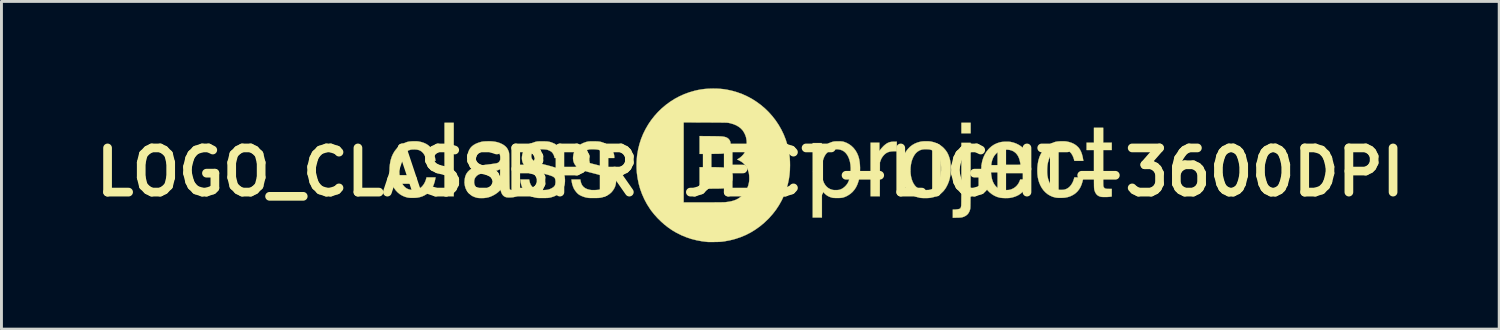
<source format=kicad_pcb>
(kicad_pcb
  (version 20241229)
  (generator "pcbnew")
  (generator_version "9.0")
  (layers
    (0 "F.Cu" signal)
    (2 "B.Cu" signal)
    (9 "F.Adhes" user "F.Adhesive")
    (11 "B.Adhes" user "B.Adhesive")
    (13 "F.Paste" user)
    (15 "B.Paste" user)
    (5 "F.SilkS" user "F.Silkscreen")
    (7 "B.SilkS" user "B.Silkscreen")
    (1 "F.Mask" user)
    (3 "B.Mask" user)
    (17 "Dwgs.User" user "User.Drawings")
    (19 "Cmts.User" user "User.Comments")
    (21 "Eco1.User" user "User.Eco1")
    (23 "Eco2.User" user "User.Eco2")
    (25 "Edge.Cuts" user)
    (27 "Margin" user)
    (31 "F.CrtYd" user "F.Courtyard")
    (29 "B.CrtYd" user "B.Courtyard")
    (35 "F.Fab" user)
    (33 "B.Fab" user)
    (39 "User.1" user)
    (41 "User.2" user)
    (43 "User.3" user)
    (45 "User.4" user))
  (footprint "LOGO_CLASSBPROJECT-LIGHT-3600DPI"
    (layer "F.Cu")
    (at 22.831 2.887)
    (property "Reference" "LOGO_CLASSBPROJECT-LIGHT-3600DPI" (at 0 0 0) (layer "F.SilkS") (effects (font (size 1.524 1.524) (thickness 0.3))))
    (attr through_hole)
    (fp_poly (pts (xy -10.231 0.833) (xy -10.548 0.833) (xy -10.548 -1.7) (xy -10.231 -1.7) (xy -10.231 0.833)) (stroke (width 0.01) (type solid)) (fill yes) (layer "F.SilkS"))
    (fp_poly (pts (xy 7.599 -1.341) (xy 7.281 -1.341) (xy 7.281 -1.7) (xy 7.599 -1.7) (xy 7.599 -1.341)) (stroke (width 0.01) (type solid)) (fill yes) (layer "F.SilkS"))
    (fp_poly (pts (xy 5.052 -0.72) (xy 4.958 -0.72) (xy 4.876 -0.716) (xy 4.805 -0.705) (xy 4.743 -0.685) (xy 4.687 -0.656) (xy 4.637 -0.617) (xy 4.609 -0.59) (xy 4.568 -0.541) (xy 4.535 -0.493) (xy 4.508 -0.439) (xy 4.492 -0.397) (xy 4.47 -0.335) (xy 4.468 0.249) (xy 4.466 0.833) (xy 4.149 0.833) (xy 4.149 -1.016) (xy 4.452 -1.016) (xy 4.452 -0.724) (xy 4.473 -0.756) (xy 4.497 -0.79) (xy 4.529 -0.829) (xy 4.566 -0.869) (xy 4.604 -0.908) (xy 4.641 -0.94) (xy 4.646 -0.944) (xy 4.701 -0.985) (xy 4.755 -1.014) (xy 4.812 -1.035) (xy 4.874 -1.046) (xy 4.944 -1.051) (xy 4.963 -1.051) (xy 5.052 -1.051) (xy 5.052 -0.72)) (stroke (width 0.01) (type solid)) (fill yes) (layer "F.SilkS"))
    (fp_poly (pts (xy -1.392 -0.169) (xy -1.294 -0.169) (xy -1.209 -0.169) (xy -1.136 -0.168) (xy -1.073 -0.166) (xy -1.02 -0.164) (xy -0.974 -0.162) (xy -0.936 -0.158) (xy -0.903 -0.153) (xy -0.874 -0.148) (xy -0.848 -0.141) (xy -0.825 -0.132) (xy -0.802 -0.123) (xy -0.785 -0.115) (xy -0.731 -0.081) (xy -0.686 -0.038) (xy -0.653 0.015) (xy -0.63 0.074) (xy -0.625 0.104) (xy -0.622 0.143) (xy -0.621 0.187) (xy -0.623 0.231) (xy -0.626 0.271) (xy -0.628 0.286) (xy -0.647 0.349) (xy -0.676 0.406) (xy -0.716 0.457) (xy -0.764 0.498) (xy -0.807 0.523) (xy -0.826 0.531) (xy -0.844 0.539) (xy -0.862 0.545) (xy -0.88 0.551) (xy -0.902 0.555) (xy -0.926 0.559) (xy -0.956 0.562) (xy -0.992 0.564) (xy -1.035 0.566) (xy -1.087 0.567) (xy -1.148 0.568) (xy -1.22 0.569) (xy -1.305 0.569) (xy -1.349 0.57) (xy -1.75 0.573) (xy -1.75 -0.169) (xy -1.392 -0.169)) (stroke (width 0.01) (type solid)) (fill yes) (layer "F.SilkS"))
    (fp_poly (pts (xy -1.371 -1.24) (xy -1.283 -1.239) (xy -1.208 -1.238) (xy -1.144 -1.237) (xy -1.09 -1.236) (xy -1.045 -1.234) (xy -1.007 -1.232) (xy -0.975 -1.23) (xy -0.948 -1.227) (xy -0.923 -1.223) (xy -0.901 -1.219) (xy -0.878 -1.213) (xy -0.855 -1.207) (xy -0.844 -1.204) (xy -0.796 -1.182) (xy -0.752 -1.149) (xy -0.722 -1.112) (xy -0.705 -1.085) (xy -0.694 -1.058) (xy -0.686 -1.028) (xy -0.682 -0.992) (xy -0.681 -0.946) (xy -0.681 -0.935) (xy -0.682 -0.895) (xy -0.684 -0.866) (xy -0.687 -0.843) (xy -0.693 -0.823) (xy -0.697 -0.81) (xy -0.724 -0.761) (xy -0.761 -0.72) (xy -0.809 -0.687) (xy -0.822 -0.681) (xy -0.843 -0.671) (xy -0.861 -0.663) (xy -0.88 -0.656) (xy -0.899 -0.65) (xy -0.92 -0.645) (xy -0.945 -0.641) (xy -0.974 -0.638) (xy -1.009 -0.636) (xy -1.051 -0.634) (xy -1.102 -0.633) (xy -1.163 -0.632) (xy -1.234 -0.631) (xy -1.318 -0.63) (xy -1.36 -0.63) (xy -1.75 -0.627) (xy -1.75 -1.243) (xy -1.371 -1.24)) (stroke (width 0.01) (type solid)) (fill yes) (layer "F.SilkS"))
    (fp_poly (pts (xy 7.597 0.111) (xy 7.597 0.259) (xy 7.596 0.394) (xy 7.596 0.515) (xy 7.596 0.625) (xy 7.595 0.723) (xy 7.595 0.811) (xy 7.594 0.888) (xy 7.594 0.956) (xy 7.593 1.015) (xy 7.593 1.066) (xy 7.592 1.11) (xy 7.592 1.147) (xy 7.591 1.178) (xy 7.59 1.203) (xy 7.589 1.224) (xy 7.588 1.241) (xy 7.587 1.254) (xy 7.585 1.265) (xy 7.584 1.274) (xy 7.582 1.281) (xy 7.559 1.352) (xy 7.527 1.412) (xy 7.485 1.463) (xy 7.433 1.504) (xy 7.37 1.537) (xy 7.313 1.556) (xy 7.291 1.561) (xy 7.263 1.565) (xy 7.227 1.568) (xy 7.18 1.57) (xy 7.128 1.571) (xy 6.985 1.575) (xy 6.985 1.291) (xy 7.029 1.291) (xy 7.069 1.29) (xy 7.111 1.286) (xy 7.152 1.281) (xy 7.188 1.274) (xy 7.215 1.267) (xy 7.218 1.266) (xy 7.238 1.254) (xy 7.253 1.236) (xy 7.264 1.209) (xy 7.272 1.171) (xy 7.274 1.16) (xy 7.275 1.146) (xy 7.276 1.118) (xy 7.277 1.077) (xy 7.278 1.022) (xy 7.278 0.956) (xy 7.279 0.877) (xy 7.28 0.786) (xy 7.28 0.683) (xy 7.28 0.57) (xy 7.281 0.446) (xy 7.281 0.312) (xy 7.281 0.168) (xy 7.281 0.051) (xy 7.281 -1.009) (xy 7.599 -1.009) (xy 7.597 0.111)) (stroke (width 0.01) (type solid)) (fill yes) (layer "F.SilkS"))
    (fp_poly (pts (xy 12.171 -1.016) (xy 12.467 -1.016) (xy 12.467 -0.762) (xy 12.171 -0.762) (xy 12.171 -0.143) (xy 12.171 -0.035) (xy 12.171 0.06) (xy 12.171 0.142) (xy 12.171 0.213) (xy 12.172 0.274) (xy 12.172 0.325) (xy 12.173 0.367) (xy 12.173 0.402) (xy 12.174 0.429) (xy 12.175 0.451) (xy 12.176 0.468) (xy 12.178 0.481) (xy 12.179 0.49) (xy 12.181 0.497) (xy 12.183 0.503) (xy 12.184 0.504) (xy 12.198 0.53) (xy 12.215 0.549) (xy 12.237 0.563) (xy 12.266 0.572) (xy 12.304 0.577) (xy 12.354 0.578) (xy 12.372 0.579) (xy 12.467 0.579) (xy 12.467 0.838) (xy 12.427 0.847) (xy 12.399 0.851) (xy 12.362 0.854) (xy 12.318 0.857) (xy 12.27 0.858) (xy 12.221 0.858) (xy 12.175 0.858) (xy 12.134 0.856) (xy 12.102 0.853) (xy 12.085 0.85) (xy 12.025 0.829) (xy 11.975 0.799) (xy 11.934 0.758) (xy 11.901 0.707) (xy 11.876 0.644) (xy 11.865 0.602) (xy 11.863 0.592) (xy 11.861 0.58) (xy 11.86 0.565) (xy 11.858 0.547) (xy 11.857 0.524) (xy 11.856 0.495) (xy 11.855 0.46) (xy 11.855 0.417) (xy 11.854 0.366) (xy 11.854 0.306) (xy 11.854 0.236) (xy 11.853 0.155) (xy 11.853 0.063) (xy 11.853 -0.043) (xy 11.853 -0.105) (xy 11.853 -0.762) (xy 11.599 -0.762) (xy 11.599 -1.016) (xy 11.853 -1.016) (xy 11.853 -1.531) (xy 12.171 -1.531) (xy 12.171 -1.016)) (stroke (width 0.01) (type solid)) (fill yes) (layer "F.SilkS"))
    (fp_poly (pts (xy -11.519 -1.064) (xy -11.473 -1.061) (xy -11.451 -1.059) (xy -11.35 -1.038) (xy -11.258 -1.008) (xy -11.175 -0.969) (xy -11.102 -0.92) (xy -11.039 -0.862) (xy -11.015 -0.835) (xy -10.972 -0.773) (xy -10.936 -0.7) (xy -10.906 -0.617) (xy -10.881 -0.522) (xy -10.863 -0.418) (xy -10.858 -0.388) (xy -11.167 -0.388) (xy -11.183 -0.449) (xy -11.206 -0.518) (xy -11.236 -0.583) (xy -11.271 -0.64) (xy -11.306 -0.68) (xy -11.349 -0.718) (xy -11.396 -0.746) (xy -11.449 -0.766) (xy -11.511 -0.778) (xy -11.583 -0.783) (xy -11.6 -0.783) (xy -11.647 -0.782) (xy -11.689 -0.778) (xy -11.721 -0.773) (xy -11.723 -0.772) (xy -11.796 -0.747) (xy -11.861 -0.71) (xy -11.919 -0.66) (xy -11.969 -0.599) (xy -12.012 -0.525) (xy -12.048 -0.439) (xy -12.076 -0.342) (xy -12.09 -0.277) (xy -12.097 -0.227) (xy -12.102 -0.167) (xy -12.105 -0.102) (xy -12.106 -0.035) (xy -12.105 0.029) (xy -12.101 0.087) (xy -12.097 0.12) (xy -12.079 0.213) (xy -12.052 0.3) (xy -12.018 0.377) (xy -11.978 0.445) (xy -11.931 0.501) (xy -11.887 0.54) (xy -11.842 0.569) (xy -11.792 0.59) (xy -11.757 0.6) (xy -11.71 0.609) (xy -11.655 0.613) (xy -11.597 0.613) (xy -11.544 0.609) (xy -11.508 0.603) (xy -11.442 0.58) (xy -11.381 0.545) (xy -11.326 0.498) (xy -11.277 0.439) (xy -11.235 0.37) (xy -11.2 0.292) (xy -11.176 0.213) (xy -11.168 0.183) (xy -10.858 0.183) (xy -10.862 0.21) (xy -10.886 0.324) (xy -10.919 0.427) (xy -10.959 0.519) (xy -11.008 0.6) (xy -11.066 0.671) (xy -11.132 0.732) (xy -11.18 0.766) (xy -11.247 0.805) (xy -11.315 0.836) (xy -11.39 0.86) (xy -11.473 0.878) (xy -11.475 0.878) (xy -11.513 0.883) (xy -11.561 0.886) (xy -11.614 0.888) (xy -11.668 0.888) (xy -11.721 0.887) (xy -11.768 0.884) (xy -11.806 0.879) (xy -11.814 0.878) (xy -11.911 0.852) (xy -12.002 0.813) (xy -12.086 0.763) (xy -12.162 0.701) (xy -12.231 0.629) (xy -12.291 0.546) (xy -12.342 0.454) (xy -12.384 0.352) (xy -12.41 0.265) (xy -12.43 0.17) (xy -12.442 0.065) (xy -12.446 -0.045) (xy -12.443 -0.156) (xy -12.432 -0.267) (xy -12.414 -0.374) (xy -12.403 -0.42) (xy -12.369 -0.529) (xy -12.324 -0.629) (xy -12.269 -0.722) (xy -12.205 -0.804) (xy -12.131 -0.877) (xy -12.049 -0.94) (xy -11.96 -0.991) (xy -11.863 -1.031) (xy -11.815 -1.045) (xy -11.78 -1.052) (xy -11.735 -1.058) (xy -11.683 -1.062) (xy -11.627 -1.064) (xy -11.572 -1.065) (xy -11.519 -1.064)) (stroke (width 0.01) (type solid)) (fill yes) (layer "F.SilkS"))
    (fp_poly (pts (xy 10.826 -1.064) (xy 10.872 -1.061) (xy 10.894 -1.059) (xy 10.995 -1.038) (xy 11.087 -1.008) (xy 11.17 -0.969) (xy 11.243 -0.92) (xy 11.306 -0.862) (xy 11.33 -0.835) (xy 11.373 -0.773) (xy 11.409 -0.7) (xy 11.439 -0.617) (xy 11.464 -0.522) (xy 11.482 -0.418) (xy 11.487 -0.388) (xy 11.178 -0.388) (xy 11.162 -0.449) (xy 11.139 -0.518) (xy 11.109 -0.583) (xy 11.074 -0.64) (xy 11.039 -0.68) (xy 10.996 -0.718) (xy 10.949 -0.746) (xy 10.895 -0.766) (xy 10.834 -0.778) (xy 10.762 -0.783) (xy 10.745 -0.783) (xy 10.698 -0.782) (xy 10.656 -0.778) (xy 10.624 -0.773) (xy 10.622 -0.772) (xy 10.549 -0.747) (xy 10.484 -0.71) (xy 10.426 -0.66) (xy 10.376 -0.599) (xy 10.333 -0.525) (xy 10.297 -0.439) (xy 10.269 -0.342) (xy 10.255 -0.277) (xy 10.248 -0.227) (xy 10.243 -0.167) (xy 10.24 -0.102) (xy 10.239 -0.035) (xy 10.24 0.029) (xy 10.244 0.087) (xy 10.248 0.12) (xy 10.266 0.213) (xy 10.293 0.3) (xy 10.327 0.377) (xy 10.367 0.445) (xy 10.414 0.501) (xy 10.458 0.54) (xy 10.503 0.569) (xy 10.553 0.59) (xy 10.587 0.6) (xy 10.635 0.609) (xy 10.69 0.613) (xy 10.747 0.613) (xy 10.801 0.609) (xy 10.837 0.603) (xy 10.903 0.58) (xy 10.964 0.545) (xy 11.019 0.498) (xy 11.068 0.439) (xy 11.11 0.37) (xy 11.145 0.292) (xy 11.169 0.213) (xy 11.177 0.183) (xy 11.487 0.183) (xy 11.483 0.21) (xy 11.458 0.324) (xy 11.426 0.427) (xy 11.386 0.519) (xy 11.337 0.6) (xy 11.279 0.671) (xy 11.213 0.732) (xy 11.165 0.766) (xy 11.098 0.805) (xy 11.03 0.836) (xy 10.955 0.86) (xy 10.872 0.878) (xy 10.87 0.878) (xy 10.832 0.883) (xy 10.784 0.886) (xy 10.731 0.888) (xy 10.677 0.888) (xy 10.624 0.887) (xy 10.577 0.884) (xy 10.539 0.879) (xy 10.531 0.878) (xy 10.434 0.852) (xy 10.343 0.813) (xy 10.259 0.763) (xy 10.183 0.701) (xy 10.114 0.629) (xy 10.054 0.546) (xy 10.003 0.454) (xy 9.961 0.352) (xy 9.935 0.265) (xy 9.915 0.17) (xy 9.903 0.065) (xy 9.899 -0.045) (xy 9.902 -0.156) (xy 9.913 -0.267) (xy 9.931 -0.374) (xy 9.942 -0.42) (xy 9.976 -0.529) (xy 10.021 -0.629) (xy 10.076 -0.722) (xy 10.14 -0.804) (xy 10.214 -0.877) (xy 10.296 -0.94) (xy 10.385 -0.991) (xy 10.482 -1.031) (xy 10.53 -1.045) (xy 10.565 -1.052) (xy 10.61 -1.058) (xy 10.662 -1.062) (xy 10.717 -1.064) (xy 10.773 -1.065) (xy 10.826 -1.064)) (stroke (width 0.01) (type solid)) (fill yes) (layer "F.SilkS"))
    (fp_poly (pts (xy 3.082 -1.061) (xy 3.119 -1.061) (xy 3.148 -1.059) (xy 3.171 -1.057) (xy 3.19 -1.054) (xy 3.21 -1.049) (xy 3.233 -1.042) (xy 3.235 -1.042) (xy 3.328 -1.006) (xy 3.414 -0.958) (xy 3.493 -0.899) (xy 3.564 -0.829) (xy 3.626 -0.75) (xy 3.678 -0.661) (xy 3.72 -0.565) (xy 3.728 -0.542) (xy 3.752 -0.457) (xy 3.769 -0.361) (xy 3.78 -0.259) (xy 3.785 -0.152) (xy 3.783 -0.042) (xy 3.776 0.067) (xy 3.762 0.172) (xy 3.742 0.272) (xy 3.729 0.321) (xy 3.692 0.427) (xy 3.645 0.524) (xy 3.588 0.61) (xy 3.522 0.686) (xy 3.447 0.752) (xy 3.362 0.807) (xy 3.327 0.826) (xy 3.281 0.847) (xy 3.24 0.863) (xy 3.201 0.876) (xy 3.161 0.884) (xy 3.117 0.889) (xy 3.065 0.892) (xy 3.002 0.892) (xy 2.995 0.892) (xy 2.946 0.892) (xy 2.909 0.891) (xy 2.88 0.89) (xy 2.857 0.888) (xy 2.837 0.885) (xy 2.818 0.88) (xy 2.796 0.874) (xy 2.79 0.872) (xy 2.739 0.855) (xy 2.694 0.835) (xy 2.654 0.812) (xy 2.614 0.783) (xy 2.572 0.745) (xy 2.549 0.723) (xy 2.469 0.646) (xy 2.469 1.566) (xy 2.152 1.566) (xy 2.152 -0.016) (xy 2.46 -0.016) (xy 2.467 0.094) (xy 2.482 0.195) (xy 2.506 0.286) (xy 2.538 0.367) (xy 2.578 0.437) (xy 2.627 0.496) (xy 2.683 0.545) (xy 2.748 0.582) (xy 2.82 0.608) (xy 2.847 0.614) (xy 2.879 0.618) (xy 2.919 0.62) (xy 2.963 0.62) (xy 3.007 0.618) (xy 3.046 0.614) (xy 3.072 0.61) (xy 3.135 0.587) (xy 3.197 0.552) (xy 3.254 0.507) (xy 3.306 0.454) (xy 3.349 0.396) (xy 3.365 0.368) (xy 3.397 0.298) (xy 3.422 0.224) (xy 3.441 0.144) (xy 3.454 0.055) (xy 3.461 -0.039) (xy 3.462 -0.149) (xy 3.454 -0.254) (xy 3.438 -0.352) (xy 3.413 -0.443) (xy 3.38 -0.525) (xy 3.339 -0.598) (xy 3.291 -0.659) (xy 3.281 -0.67) (xy 3.228 -0.716) (xy 3.169 -0.75) (xy 3.104 -0.773) (xy 3.031 -0.787) (xy 2.96 -0.79) (xy 2.916 -0.789) (xy 2.875 -0.786) (xy 2.844 -0.78) (xy 2.84 -0.78) (xy 2.767 -0.754) (xy 2.701 -0.717) (xy 2.644 -0.668) (xy 2.594 -0.607) (xy 2.552 -0.535) (xy 2.518 -0.451) (xy 2.492 -0.356) (xy 2.473 -0.249) (xy 2.463 -0.137) (xy 2.46 -0.016) (xy 2.152 -0.016) (xy 2.152 -1.002) (xy 2.462 -1.002) (xy 2.462 -0.792) (xy 2.538 -0.867) (xy 2.6 -0.923) (xy 2.66 -0.967) (xy 2.722 -1.003) (xy 2.791 -1.031) (xy 2.85 -1.049) (xy 2.87 -1.054) (xy 2.893 -1.057) (xy 2.92 -1.06) (xy 2.955 -1.061) (xy 3.001 -1.062) (xy 3.034 -1.062) (xy 3.082 -1.061)) (stroke (width 0.01) (type solid)) (fill yes) (layer "F.SilkS"))
    (fp_poly (pts (xy 6.112 -1.065) (xy 6.168 -1.062) (xy 6.217 -1.057) (xy 6.234 -1.054) (xy 6.339 -1.029) (xy 6.439 -0.991) (xy 6.532 -0.941) (xy 6.618 -0.878) (xy 6.671 -0.829) (xy 6.735 -0.757) (xy 6.789 -0.679) (xy 6.832 -0.592) (xy 6.863 -0.508) (xy 6.88 -0.45) (xy 6.893 -0.392) (xy 6.902 -0.331) (xy 6.908 -0.264) (xy 6.912 -0.187) (xy 6.913 -0.175) (xy 6.912 -0.039) (xy 6.901 0.087) (xy 6.881 0.206) (xy 6.85 0.317) (xy 6.808 0.422) (xy 6.756 0.522) (xy 6.725 0.572) (xy 6.666 0.65) (xy 6.598 0.717) (xy 6.522 0.774) (xy 6.436 0.82) (xy 6.342 0.856) (xy 6.238 0.881) (xy 6.212 0.886) (xy 6.176 0.89) (xy 6.13 0.893) (xy 6.078 0.895) (xy 6.023 0.895) (xy 5.969 0.895) (xy 5.919 0.892) (xy 5.878 0.889) (xy 5.853 0.886) (xy 5.75 0.86) (xy 5.655 0.823) (xy 5.568 0.774) (xy 5.489 0.713) (xy 5.418 0.641) (xy 5.356 0.558) (xy 5.308 0.476) (xy 5.264 0.376) (xy 5.231 0.267) (xy 5.208 0.151) (xy 5.197 0.028) (xy 5.196 -0.058) (xy 5.524 -0.058) (xy 5.529 0.047) (xy 5.542 0.145) (xy 5.564 0.237) (xy 5.593 0.32) (xy 5.63 0.395) (xy 5.673 0.459) (xy 5.724 0.513) (xy 5.781 0.556) (xy 5.808 0.571) (xy 5.851 0.59) (xy 5.892 0.604) (xy 5.935 0.613) (xy 5.982 0.618) (xy 6.038 0.619) (xy 6.068 0.619) (xy 6.112 0.617) (xy 6.146 0.616) (xy 6.173 0.613) (xy 6.196 0.609) (xy 6.218 0.602) (xy 6.234 0.597) (xy 6.296 0.572) (xy 6.35 0.538) (xy 6.397 0.494) (xy 6.439 0.44) (xy 6.476 0.375) (xy 6.509 0.297) (xy 6.523 0.259) (xy 6.552 0.155) (xy 6.571 0.051) (xy 6.581 -0.057) (xy 6.581 -0.172) (xy 6.581 -0.173) (xy 6.575 -0.262) (xy 6.565 -0.341) (xy 6.549 -0.413) (xy 6.527 -0.479) (xy 6.498 -0.543) (xy 6.496 -0.546) (xy 6.453 -0.614) (xy 6.401 -0.672) (xy 6.339 -0.719) (xy 6.269 -0.755) (xy 6.244 -0.765) (xy 6.218 -0.773) (xy 6.194 -0.779) (xy 6.169 -0.784) (xy 6.14 -0.786) (xy 6.102 -0.788) (xy 6.084 -0.789) (xy 6.021 -0.789) (xy 5.967 -0.786) (xy 5.92 -0.778) (xy 5.875 -0.764) (xy 5.83 -0.745) (xy 5.77 -0.708) (xy 5.715 -0.66) (xy 5.667 -0.6) (xy 5.625 -0.529) (xy 5.589 -0.449) (xy 5.561 -0.361) (xy 5.541 -0.265) (xy 5.528 -0.162) (xy 5.524 -0.058) (xy 5.196 -0.058) (xy 5.196 -0.1) (xy 5.199 -0.161) (xy 5.21 -0.269) (xy 5.227 -0.366) (xy 5.249 -0.455) (xy 5.279 -0.538) (xy 5.313 -0.614) (xy 5.369 -0.711) (xy 5.433 -0.796) (xy 5.505 -0.87) (xy 5.586 -0.933) (xy 5.674 -0.984) (xy 5.77 -1.023) (xy 5.874 -1.051) (xy 5.896 -1.055) (xy 5.94 -1.06) (xy 5.994 -1.064) (xy 6.052 -1.065) (xy 6.112 -1.065)) (stroke (width 0.01) (type solid)) (fill yes) (layer "F.SilkS"))
    (fp_poly (pts (xy 8.902 -1.05) (xy 8.957 -1.045) (xy 8.983 -1.041) (xy 9.079 -1.018) (xy 9.172 -0.984) (xy 9.258 -0.941) (xy 9.337 -0.89) (xy 9.407 -0.832) (xy 9.466 -0.769) (xy 9.488 -0.739) (xy 9.524 -0.683) (xy 9.554 -0.626) (xy 9.579 -0.565) (xy 9.6 -0.5) (xy 9.616 -0.428) (xy 9.629 -0.348) (xy 9.639 -0.258) (xy 9.646 -0.157) (xy 9.648 -0.101) (xy 9.652 0.007) (xy 8.304 0.007) (xy 8.304 0.037) (xy 8.306 0.067) (xy 8.311 0.106) (xy 8.318 0.15) (xy 8.326 0.195) (xy 8.335 0.235) (xy 8.34 0.253) (xy 8.368 0.334) (xy 8.405 0.406) (xy 8.449 0.469) (xy 8.5 0.522) (xy 8.557 0.563) (xy 8.581 0.575) (xy 8.627 0.595) (xy 8.672 0.608) (xy 8.72 0.616) (xy 8.775 0.62) (xy 8.837 0.619) (xy 8.88 0.617) (xy 8.913 0.615) (xy 8.94 0.611) (xy 8.964 0.606) (xy 8.99 0.598) (xy 8.992 0.597) (xy 9.068 0.564) (xy 9.136 0.519) (xy 9.195 0.464) (xy 9.244 0.4) (xy 9.282 0.327) (xy 9.29 0.307) (xy 9.31 0.254) (xy 9.467 0.254) (xy 9.624 0.254) (xy 9.62 0.28) (xy 9.604 0.342) (xy 9.578 0.409) (xy 9.544 0.478) (xy 9.504 0.546) (xy 9.458 0.609) (xy 9.409 0.666) (xy 9.398 0.678) (xy 9.322 0.743) (xy 9.239 0.797) (xy 9.147 0.839) (xy 9.046 0.871) (xy 8.956 0.889) (xy 8.912 0.893) (xy 8.86 0.895) (xy 8.802 0.896) (xy 8.744 0.894) (xy 8.688 0.891) (xy 8.639 0.886) (xy 8.608 0.881) (xy 8.51 0.854) (xy 8.418 0.813) (xy 8.33 0.759) (xy 8.247 0.692) (xy 8.24 0.686) (xy 8.174 0.616) (xy 8.117 0.543) (xy 8.07 0.464) (xy 8.033 0.377) (xy 8.003 0.282) (xy 7.98 0.176) (xy 7.973 0.127) (xy 7.969 0.088) (xy 7.966 0.039) (xy 7.965 -0.017) (xy 7.966 -0.076) (xy 7.967 -0.135) (xy 7.97 -0.189) (xy 7.974 -0.236) (xy 7.974 -0.24) (xy 8.31 -0.24) (xy 8.815 -0.24) (xy 8.912 -0.24) (xy 8.995 -0.24) (xy 9.067 -0.24) (xy 9.127 -0.24) (xy 9.177 -0.241) (xy 9.217 -0.241) (xy 9.249 -0.242) (xy 9.274 -0.243) (xy 9.292 -0.244) (xy 9.305 -0.245) (xy 9.313 -0.246) (xy 9.318 -0.248) (xy 9.32 -0.25) (xy 9.32 -0.252) (xy 9.319 -0.274) (xy 9.314 -0.305) (xy 9.306 -0.342) (xy 9.297 -0.382) (xy 9.288 -0.42) (xy 9.278 -0.453) (xy 9.278 -0.455) (xy 9.246 -0.533) (xy 9.206 -0.6) (xy 9.157 -0.657) (xy 9.099 -0.703) (xy 9.057 -0.727) (xy 9.005 -0.749) (xy 8.951 -0.764) (xy 8.894 -0.773) (xy 8.827 -0.776) (xy 8.822 -0.776) (xy 8.741 -0.771) (xy 8.669 -0.757) (xy 8.605 -0.732) (xy 8.595 -0.727) (xy 8.525 -0.682) (xy 8.465 -0.626) (xy 8.413 -0.561) (xy 8.372 -0.487) (xy 8.34 -0.404) (xy 8.319 -0.314) (xy 8.315 -0.28) (xy 8.31 -0.24) (xy 7.974 -0.24) (xy 7.976 -0.258) (xy 8 -0.38) (xy 8.035 -0.493) (xy 8.082 -0.598) (xy 8.139 -0.695) (xy 8.208 -0.783) (xy 8.254 -0.831) (xy 8.331 -0.898) (xy 8.416 -0.953) (xy 8.509 -0.996) (xy 8.607 -1.028) (xy 8.655 -1.038) (xy 8.713 -1.045) (xy 8.776 -1.05) (xy 8.841 -1.051) (xy 8.902 -1.05)) (stroke (width 0.01) (type solid)) (fill yes) (layer "F.SilkS"))
    (fp_poly (pts (xy -7.109 -1.061) (xy -7.053 -1.06) (xy -7.006 -1.057) (xy -6.966 -1.052) (xy -6.928 -1.045) (xy -6.891 -1.035) (xy -6.853 -1.022) (xy -6.829 -1.013) (xy -6.755 -0.981) (xy -6.691 -0.942) (xy -6.65 -0.91) (xy -6.599 -0.86) (xy -6.553 -0.802) (xy -6.515 -0.737) (xy -6.485 -0.67) (xy -6.465 -0.602) (xy -6.456 -0.536) (xy -6.456 -0.524) (xy -6.456 -0.487) (xy -6.751 -0.487) (xy -6.759 -0.526) (xy -6.772 -0.57) (xy -6.793 -0.615) (xy -6.818 -0.656) (xy -6.845 -0.688) (xy -6.848 -0.691) (xy -6.887 -0.72) (xy -6.936 -0.746) (xy -6.991 -0.768) (xy -7.01 -0.773) (xy -7.039 -0.779) (xy -7.078 -0.783) (xy -7.124 -0.787) (xy -7.174 -0.789) (xy -7.223 -0.789) (xy -7.269 -0.788) (xy -7.307 -0.786) (xy -7.322 -0.783) (xy -7.38 -0.768) (xy -7.434 -0.744) (xy -7.48 -0.713) (xy -7.517 -0.676) (xy -7.537 -0.646) (xy -7.547 -0.619) (xy -7.553 -0.585) (xy -7.555 -0.57) (xy -7.553 -0.517) (xy -7.538 -0.469) (xy -7.51 -0.426) (xy -7.469 -0.388) (xy -7.415 -0.355) (xy -7.365 -0.332) (xy -7.345 -0.325) (xy -7.314 -0.316) (xy -7.273 -0.304) (xy -7.225 -0.291) (xy -7.172 -0.277) (xy -7.115 -0.263) (xy -7.084 -0.255) (xy -6.984 -0.23) (xy -6.896 -0.206) (xy -6.82 -0.185) (xy -6.755 -0.164) (xy -6.699 -0.144) (xy -6.651 -0.125) (xy -6.61 -0.105) (xy -6.575 -0.085) (xy -6.545 -0.064) (xy -6.536 -0.057) (xy -6.504 -0.026) (xy -6.472 0.014) (xy -6.444 0.058) (xy -6.424 0.102) (xy -6.422 0.106) (xy -6.403 0.177) (xy -6.394 0.255) (xy -6.395 0.335) (xy -6.406 0.415) (xy -6.427 0.492) (xy -6.452 0.549) (xy -6.498 0.627) (xy -6.555 0.696) (xy -6.621 0.754) (xy -6.697 0.803) (xy -6.784 0.842) (xy -6.881 0.872) (xy -6.885 0.873) (xy -6.911 0.878) (xy -6.934 0.883) (xy -6.957 0.886) (xy -6.983 0.889) (xy -7.015 0.89) (xy -7.054 0.892) (xy -7.104 0.892) (xy -7.133 0.893) (xy -7.184 0.893) (xy -7.234 0.893) (xy -7.279 0.892) (xy -7.317 0.891) (xy -7.345 0.889) (xy -7.355 0.888) (xy -7.434 0.874) (xy -7.51 0.852) (xy -7.583 0.824) (xy -7.648 0.792) (xy -7.694 0.761) (xy -7.73 0.729) (xy -7.768 0.688) (xy -7.805 0.64) (xy -7.837 0.589) (xy -7.857 0.554) (xy -7.883 0.49) (xy -7.906 0.419) (xy -7.921 0.347) (xy -7.927 0.305) (xy -7.932 0.254) (xy -7.628 0.254) (xy -7.623 0.28) (xy -7.619 0.303) (xy -7.613 0.331) (xy -7.609 0.348) (xy -7.587 0.413) (xy -7.554 0.469) (xy -7.51 0.517) (xy -7.456 0.556) (xy -7.39 0.586) (xy -7.314 0.608) (xy -7.279 0.614) (xy -7.244 0.618) (xy -7.201 0.62) (xy -7.152 0.62) (xy -7.102 0.618) (xy -7.053 0.615) (xy -7.01 0.611) (xy -6.977 0.606) (xy -6.967 0.603) (xy -6.919 0.587) (xy -6.87 0.565) (xy -6.826 0.541) (xy -6.789 0.515) (xy -6.773 0.5) (xy -6.74 0.458) (xy -6.718 0.41) (xy -6.707 0.358) (xy -6.707 0.306) (xy -6.719 0.257) (xy -6.739 0.216) (xy -6.751 0.199) (xy -6.766 0.184) (xy -6.783 0.169) (xy -6.804 0.156) (xy -6.831 0.142) (xy -6.864 0.129) (xy -6.905 0.114) (xy -6.954 0.099) (xy -7.013 0.082) (xy -7.083 0.063) (xy -7.165 0.042) (xy -7.204 0.032) (xy -7.281 0.012) (xy -7.347 -0.005) (xy -7.402 -0.02) (xy -7.448 -0.033) (xy -7.487 -0.045) (xy -7.52 -0.056) (xy -7.549 -0.067) (xy -7.575 -0.078) (xy -7.601 -0.09) (xy -7.627 -0.103) (xy -7.627 -0.103) (xy -7.701 -0.147) (xy -7.762 -0.198) (xy -7.811 -0.254) (xy -7.846 -0.316) (xy -7.869 -0.385) (xy -7.879 -0.459) (xy -7.878 -0.525) (xy -7.864 -0.616) (xy -7.838 -0.7) (xy -7.8 -0.776) (xy -7.751 -0.844) (xy -7.69 -0.905) (xy -7.619 -0.957) (xy -7.537 -1) (xy -7.445 -1.034) (xy -7.404 -1.046) (xy -7.382 -1.051) (xy -7.362 -1.055) (xy -7.34 -1.058) (xy -7.314 -1.06) (xy -7.283 -1.061) (xy -7.243 -1.062) (xy -7.191 -1.062) (xy -7.176 -1.062) (xy -7.109 -1.061)) (stroke (width 0.01) (type solid)) (fill yes) (layer "F.SilkS"))
    (fp_poly (pts (xy -5.345 -1.061) (xy -5.289 -1.06) (xy -5.243 -1.057) (xy -5.202 -1.052) (xy -5.164 -1.045) (xy -5.128 -1.035) (xy -5.089 -1.022) (xy -5.065 -1.013) (xy -4.991 -0.981) (xy -4.927 -0.942) (xy -4.886 -0.91) (xy -4.835 -0.86) (xy -4.789 -0.802) (xy -4.751 -0.737) (xy -4.721 -0.67) (xy -4.701 -0.602) (xy -4.692 -0.536) (xy -4.692 -0.524) (xy -4.692 -0.487) (xy -4.987 -0.487) (xy -4.995 -0.526) (xy -5.009 -0.57) (xy -5.029 -0.615) (xy -5.054 -0.656) (xy -5.081 -0.688) (xy -5.084 -0.691) (xy -5.123 -0.72) (xy -5.172 -0.746) (xy -5.227 -0.768) (xy -5.246 -0.773) (xy -5.275 -0.779) (xy -5.314 -0.783) (xy -5.36 -0.787) (xy -5.41 -0.789) (xy -5.459 -0.789) (xy -5.505 -0.788) (xy -5.543 -0.786) (xy -5.558 -0.783) (xy -5.616 -0.768) (xy -5.67 -0.744) (xy -5.716 -0.713) (xy -5.753 -0.676) (xy -5.773 -0.646) (xy -5.783 -0.619) (xy -5.79 -0.585) (xy -5.791 -0.57) (xy -5.789 -0.517) (xy -5.774 -0.469) (xy -5.746 -0.426) (xy -5.705 -0.388) (xy -5.651 -0.355) (xy -5.601 -0.332) (xy -5.581 -0.325) (xy -5.55 -0.316) (xy -5.51 -0.304) (xy -5.461 -0.291) (xy -5.408 -0.277) (xy -5.351 -0.263) (xy -5.32 -0.255) (xy -5.22 -0.23) (xy -5.132 -0.206) (xy -5.057 -0.185) (xy -4.991 -0.164) (xy -4.935 -0.144) (xy -4.887 -0.125) (xy -4.846 -0.105) (xy -4.811 -0.085) (xy -4.781 -0.064) (xy -4.772 -0.057) (xy -4.74 -0.026) (xy -4.708 0.014) (xy -4.681 0.058) (xy -4.66 0.102) (xy -4.658 0.106) (xy -4.639 0.177) (xy -4.63 0.255) (xy -4.631 0.335) (xy -4.642 0.415) (xy -4.663 0.492) (xy -4.688 0.549) (xy -4.735 0.627) (xy -4.791 0.696) (xy -4.857 0.754) (xy -4.933 0.803) (xy -5.02 0.842) (xy -5.117 0.872) (xy -5.121 0.873) (xy -5.147 0.878) (xy -5.17 0.883) (xy -5.193 0.886) (xy -5.219 0.889) (xy -5.251 0.89) (xy -5.29 0.892) (xy -5.34 0.892) (xy -5.369 0.893) (xy -5.421 0.893) (xy -5.47 0.893) (xy -5.515 0.892) (xy -5.553 0.891) (xy -5.581 0.889) (xy -5.592 0.888) (xy -5.67 0.874) (xy -5.747 0.852) (xy -5.819 0.824) (xy -5.884 0.792) (xy -5.93 0.761) (xy -5.966 0.729) (xy -6.004 0.688) (xy -6.041 0.64) (xy -6.074 0.589) (xy -6.093 0.554) (xy -6.119 0.49) (xy -6.142 0.419) (xy -6.157 0.347) (xy -6.163 0.305) (xy -6.168 0.254) (xy -5.864 0.254) (xy -5.859 0.28) (xy -5.855 0.303) (xy -5.849 0.331) (xy -5.845 0.348) (xy -5.823 0.413) (xy -5.79 0.469) (xy -5.746 0.517) (xy -5.692 0.556) (xy -5.626 0.586) (xy -5.55 0.608) (xy -5.515 0.614) (xy -5.481 0.618) (xy -5.437 0.62) (xy -5.388 0.62) (xy -5.338 0.618) (xy -5.289 0.615) (xy -5.246 0.611) (xy -5.213 0.606) (xy -5.203 0.603) (xy -5.155 0.587) (xy -5.106 0.565) (xy -5.062 0.541) (xy -5.025 0.515) (xy -5.009 0.5) (xy -4.976 0.458) (xy -4.954 0.41) (xy -4.943 0.358) (xy -4.943 0.306) (xy -4.955 0.257) (xy -4.975 0.216) (xy -4.987 0.199) (xy -5.002 0.184) (xy -5.019 0.169) (xy -5.04 0.156) (xy -5.067 0.142) (xy -5.1 0.129) (xy -5.141 0.114) (xy -5.19 0.099) (xy -5.249 0.082) (xy -5.319 0.063) (xy -5.402 0.042) (xy -5.44 0.032) (xy -5.518 0.012) (xy -5.583 -0.005) (xy -5.638 -0.02) (xy -5.684 -0.033) (xy -5.723 -0.045) (xy -5.756 -0.056) (xy -5.785 -0.067) (xy -5.811 -0.078) (xy -5.837 -0.09) (xy -5.863 -0.103) (xy -5.863 -0.103) (xy -5.937 -0.147) (xy -5.998 -0.198) (xy -6.047 -0.254) (xy -6.082 -0.316) (xy -6.105 -0.385) (xy -6.115 -0.459) (xy -6.114 -0.525) (xy -6.1 -0.616) (xy -6.074 -0.7) (xy -6.036 -0.776) (xy -5.987 -0.844) (xy -5.926 -0.905) (xy -5.855 -0.957) (xy -5.773 -1) (xy -5.681 -1.034) (xy -5.64 -1.046) (xy -5.618 -1.051) (xy -5.598 -1.055) (xy -5.576 -1.058) (xy -5.55 -1.06) (xy -5.519 -1.061) (xy -5.479 -1.062) (xy -5.427 -1.062) (xy -5.412 -1.062) (xy -5.345 -1.061)) (stroke (width 0.01) (type solid)) (fill yes) (layer "F.SilkS"))
    (fp_poly (pts (xy -1.152 -2.88) (xy -1.036 -2.873) (xy -0.924 -2.862) (xy -0.814 -2.845) (xy -0.7 -2.821) (xy -0.629 -2.805) (xy -0.449 -2.753) (xy -0.273 -2.689) (xy -0.104 -2.612) (xy 0.06 -2.524) (xy 0.216 -2.424) (xy 0.365 -2.315) (xy 0.506 -2.195) (xy 0.638 -2.066) (xy 0.761 -1.928) (xy 0.875 -1.781) (xy 0.978 -1.627) (xy 1.07 -1.466) (xy 1.151 -1.299) (xy 1.22 -1.125) (xy 1.276 -0.946) (xy 1.29 -0.892) (xy 1.316 -0.782) (xy 1.336 -0.678) (xy 1.351 -0.575) (xy 1.361 -0.471) (xy 1.367 -0.362) (xy 1.369 -0.242) (xy 1.369 -0.232) (xy 1.365 -0.064) (xy 1.351 0.097) (xy 1.328 0.252) (xy 1.295 0.405) (xy 1.251 0.559) (xy 1.23 0.624) (xy 1.162 0.803) (xy 1.083 0.973) (xy 0.992 1.135) (xy 0.891 1.29) (xy 0.776 1.439) (xy 0.65 1.582) (xy 0.618 1.615) (xy 0.475 1.751) (xy 0.326 1.874) (xy 0.17 1.985) (xy 0.008 2.084) (xy -0.161 2.17) (xy -0.336 2.243) (xy -0.518 2.304) (xy -0.706 2.352) (xy -0.899 2.388) (xy -0.933 2.392) (xy -0.976 2.398) (xy -1.021 2.402) (xy -1.069 2.405) (xy -1.125 2.407) (xy -1.19 2.408) (xy -1.238 2.409) (xy -1.291 2.41) (xy -1.342 2.41) (xy -1.386 2.41) (xy -1.424 2.41) (xy -1.451 2.409) (xy -1.467 2.409) (xy -1.468 2.409) (xy -1.665 2.385) (xy -1.854 2.35) (xy -2.036 2.304) (xy -2.211 2.245) (xy -2.381 2.175) (xy -2.547 2.092) (xy -2.688 2.009) (xy -2.822 1.918) (xy -2.954 1.816) (xy -3.081 1.703) (xy -3.202 1.584) (xy -3.315 1.458) (xy -3.417 1.33) (xy -3.459 1.27) (xy -3.564 1.106) (xy -3.597 1.044) (xy -2.3 1.044) (xy -1.616 1.044) (xy -1.499 1.044) (xy -1.389 1.044) (xy -1.287 1.044) (xy -1.195 1.043) (xy -1.112 1.042) (xy -1.039 1.042) (xy -0.977 1.041) (xy -0.927 1.04) (xy -0.889 1.039) (xy -0.865 1.037) (xy -0.86 1.037) (xy -0.752 1.023) (xy -0.655 1.005) (xy -0.57 0.981) (xy -0.492 0.952) (xy -0.422 0.915) (xy -0.357 0.871) (xy -0.295 0.82) (xy -0.29 0.815) (xy -0.218 0.737) (xy -0.157 0.651) (xy -0.107 0.558) (xy -0.07 0.458) (xy -0.046 0.353) (xy -0.045 0.352) (xy -0.039 0.299) (xy -0.036 0.238) (xy -0.037 0.175) (xy -0.04 0.113) (xy -0.047 0.057) (xy -0.056 0.011) (xy -0.087 -0.084) (xy -0.128 -0.168) (xy -0.18 -0.243) (xy -0.241 -0.308) (xy -0.313 -0.363) (xy -0.395 -0.409) (xy -0.404 -0.413) (xy -0.427 -0.424) (xy -0.444 -0.432) (xy -0.451 -0.438) (xy -0.451 -0.438) (xy -0.446 -0.444) (xy -0.433 -0.451) (xy -0.385 -0.477) (xy -0.336 -0.514) (xy -0.288 -0.557) (xy -0.245 -0.604) (xy -0.21 -0.651) (xy -0.196 -0.675) (xy -0.165 -0.747) (xy -0.142 -0.827) (xy -0.129 -0.914) (xy -0.124 -1.004) (xy -0.129 -1.095) (xy -0.144 -1.184) (xy -0.148 -1.201) (xy -0.165 -1.254) (xy -0.189 -1.312) (xy -0.218 -1.368) (xy -0.249 -1.418) (xy -0.271 -1.448) (xy -0.332 -1.512) (xy -0.404 -1.567) (xy -0.485 -1.614) (xy -0.578 -1.653) (xy -0.683 -1.684) (xy -0.744 -1.698) (xy -0.755 -1.7) (xy -0.767 -1.702) (xy -0.782 -1.703) (xy -0.801 -1.705) (xy -0.825 -1.706) (xy -0.853 -1.707) (xy -0.888 -1.708) (xy -0.93 -1.709) (xy -0.98 -1.709) (xy -1.038 -1.71) (xy -1.106 -1.71) (xy -1.185 -1.711) (xy -1.274 -1.711) (xy -1.376 -1.712) (xy -1.49 -1.712) (xy -1.55 -1.713) (xy -2.3 -1.715) (xy -2.3 1.044) (xy -3.597 1.044) (xy -3.655 0.936) (xy -3.733 0.761) (xy -3.799 0.581) (xy -3.851 0.395) (xy -3.889 0.205) (xy -3.912 0.037) (xy -3.919 -0.052) (xy -3.923 -0.15) (xy -3.924 -0.253) (xy -3.921 -0.359) (xy -3.915 -0.461) (xy -3.907 -0.558) (xy -3.901 -0.603) (xy -3.869 -0.788) (xy -3.824 -0.969) (xy -3.767 -1.146) (xy -3.697 -1.317) (xy -3.615 -1.482) (xy -3.523 -1.641) (xy -3.42 -1.793) (xy -3.306 -1.938) (xy -3.184 -2.074) (xy -3.052 -2.202) (xy -2.911 -2.321) (xy -2.763 -2.429) (xy -2.607 -2.528) (xy -2.444 -2.615) (xy -2.275 -2.691) (xy -2.099 -2.755) (xy -1.925 -2.805) (xy -1.807 -2.832) (xy -1.695 -2.852) (xy -1.585 -2.867) (xy -1.472 -2.876) (xy -1.353 -2.881) (xy -1.277 -2.882) (xy -1.152 -2.88)) (stroke (width 0.01) (type solid)) (fill yes) (layer "F.SilkS"))
    (fp_poly (pts (xy -8.887 -1.059) (xy -8.807 -1.049) (xy -8.734 -1.033) (xy -8.664 -1.012) (xy -8.596 -0.983) (xy -8.576 -0.974) (xy -8.506 -0.934) (xy -8.447 -0.889) (xy -8.4 -0.838) (xy -8.363 -0.778) (xy -8.335 -0.71) (xy -8.328 -0.688) (xy -8.326 -0.679) (xy -8.324 -0.67) (xy -8.322 -0.657) (xy -8.321 -0.641) (xy -8.319 -0.621) (xy -8.318 -0.596) (xy -8.317 -0.564) (xy -8.316 -0.526) (xy -8.315 -0.479) (xy -8.315 -0.423) (xy -8.314 -0.357) (xy -8.313 -0.281) (xy -8.313 -0.192) (xy -8.312 -0.091) (xy -8.312 -0.039) (xy -8.311 0.073) (xy -8.31 0.171) (xy -8.309 0.257) (xy -8.309 0.33) (xy -8.308 0.393) (xy -8.307 0.445) (xy -8.306 0.488) (xy -8.305 0.522) (xy -8.303 0.547) (xy -8.302 0.566) (xy -8.301 0.578) (xy -8.299 0.584) (xy -8.299 0.584) (xy -8.287 0.6) (xy -8.273 0.611) (xy -8.253 0.618) (xy -8.225 0.62) (xy -8.186 0.62) (xy -8.181 0.619) (xy -8.107 0.616) (xy -8.107 0.846) (xy -8.144 0.858) (xy -8.172 0.864) (xy -8.211 0.869) (xy -8.255 0.872) (xy -8.301 0.874) (xy -8.347 0.874) (xy -8.386 0.871) (xy -8.417 0.867) (xy -8.425 0.865) (xy -8.477 0.844) (xy -8.521 0.812) (xy -8.556 0.769) (xy -8.585 0.714) (xy -8.606 0.648) (xy -8.611 0.627) (xy -8.615 0.607) (xy -8.648 0.643) (xy -8.696 0.688) (xy -8.755 0.733) (xy -8.82 0.775) (xy -8.888 0.812) (xy -8.955 0.842) (xy -8.967 0.847) (xy -9.037 0.869) (xy -9.107 0.884) (xy -9.182 0.893) (xy -9.264 0.896) (xy -9.272 0.895) (xy -9.317 0.895) (xy -9.358 0.893) (xy -9.394 0.89) (xy -9.42 0.886) (xy -9.423 0.886) (xy -9.482 0.869) (xy -9.541 0.847) (xy -9.593 0.822) (xy -9.601 0.818) (xy -9.632 0.796) (xy -9.667 0.766) (xy -9.704 0.73) (xy -9.739 0.693) (xy -9.768 0.657) (xy -9.788 0.628) (xy -9.82 0.559) (xy -9.843 0.483) (xy -9.856 0.403) (xy -9.857 0.358) (xy -9.527 0.358) (xy -9.518 0.417) (xy -9.495 0.471) (xy -9.461 0.518) (xy -9.415 0.558) (xy -9.357 0.591) (xy -9.313 0.608) (xy -9.282 0.615) (xy -9.241 0.619) (xy -9.193 0.62) (xy -9.143 0.618) (xy -9.093 0.613) (xy -9.047 0.606) (xy -9.021 0.6) (xy -8.991 0.591) (xy -8.954 0.577) (xy -8.914 0.56) (xy -8.884 0.546) (xy -8.846 0.527) (xy -8.817 0.51) (xy -8.793 0.493) (xy -8.769 0.472) (xy -8.753 0.456) (xy -8.715 0.414) (xy -8.687 0.372) (xy -8.68 0.36) (xy -8.667 0.331) (xy -8.656 0.304) (xy -8.648 0.278) (xy -8.642 0.248) (xy -8.637 0.214) (xy -8.634 0.173) (xy -8.632 0.122) (xy -8.631 0.065) (xy -8.63 0.019) (xy -8.63 -0.022) (xy -8.629 -0.057) (xy -8.63 -0.082) (xy -8.63 -0.096) (xy -8.631 -0.099) (xy -8.638 -0.096) (xy -8.655 -0.089) (xy -8.678 -0.079) (xy -8.68 -0.078) (xy -8.716 -0.063) (xy -8.759 -0.05) (xy -8.81 -0.037) (xy -8.871 -0.024) (xy -8.942 -0.011) (xy -9.026 0.002) (xy -9.036 0.003) (xy -9.117 0.016) (xy -9.186 0.028) (xy -9.244 0.04) (xy -9.292 0.052) (xy -9.333 0.066) (xy -9.368 0.081) (xy -9.397 0.098) (xy -9.424 0.117) (xy -9.444 0.135) (xy -9.483 0.18) (xy -9.509 0.231) (xy -9.524 0.29) (xy -9.524 0.292) (xy -9.527 0.358) (xy -9.857 0.358) (xy -9.858 0.321) (xy -9.851 0.239) (xy -9.835 0.16) (xy -9.808 0.088) (xy -9.788 0.05) (xy -9.744 -0.011) (xy -9.688 -0.067) (xy -9.621 -0.117) (xy -9.544 -0.159) (xy -9.46 -0.193) (xy -9.381 -0.215) (xy -9.364 -0.218) (xy -9.336 -0.223) (xy -9.296 -0.229) (xy -9.248 -0.236) (xy -9.193 -0.243) (xy -9.133 -0.252) (xy -9.069 -0.26) (xy -9.039 -0.264) (xy -8.966 -0.273) (xy -8.906 -0.281) (xy -8.857 -0.288) (xy -8.818 -0.294) (xy -8.787 -0.299) (xy -8.763 -0.303) (xy -8.745 -0.307) (xy -8.731 -0.311) (xy -8.72 -0.315) (xy -8.71 -0.32) (xy -8.705 -0.323) (xy -8.677 -0.342) (xy -8.656 -0.367) (xy -8.647 -0.382) (xy -8.637 -0.4) (xy -8.631 -0.415) (xy -8.627 -0.432) (xy -8.626 -0.455) (xy -8.625 -0.487) (xy -8.625 -0.494) (xy -8.627 -0.546) (xy -8.634 -0.587) (xy -8.645 -0.622) (xy -8.664 -0.654) (xy -8.686 -0.68) (xy -8.73 -0.718) (xy -8.785 -0.749) (xy -8.853 -0.772) (xy -8.855 -0.773) (xy -8.89 -0.779) (xy -8.936 -0.785) (xy -8.987 -0.788) (xy -9.042 -0.789) (xy -9.095 -0.789) (xy -9.143 -0.786) (xy -9.182 -0.782) (xy -9.191 -0.78) (xy -9.261 -0.759) (xy -9.32 -0.73) (xy -9.369 -0.692) (xy -9.408 -0.644) (xy -9.438 -0.586) (xy -9.459 -0.517) (xy -9.465 -0.485) (xy -9.469 -0.459) (xy -9.767 -0.459) (xy -9.762 -0.516) (xy -9.75 -0.609) (xy -9.728 -0.692) (xy -9.697 -0.765) (xy -9.657 -0.83) (xy -9.605 -0.887) (xy -9.543 -0.936) (xy -9.469 -0.978) (xy -9.383 -1.013) (xy -9.289 -1.042) (xy -9.262 -1.048) (xy -9.237 -1.053) (xy -9.211 -1.057) (xy -9.181 -1.059) (xy -9.144 -1.061) (xy -9.097 -1.063) (xy -9.073 -1.063) (xy -8.974 -1.064) (xy -8.887 -1.059)) (stroke (width 0.01) (type solid)) (fill yes) (layer "F.SilkS")))
  (gr_rect
    (start -3 -3)
    (end 48.662 8.302)
    (stroke (width 0.1) (type default))
    (fill no)
    (layer "Edge.Cuts")))
</source>
